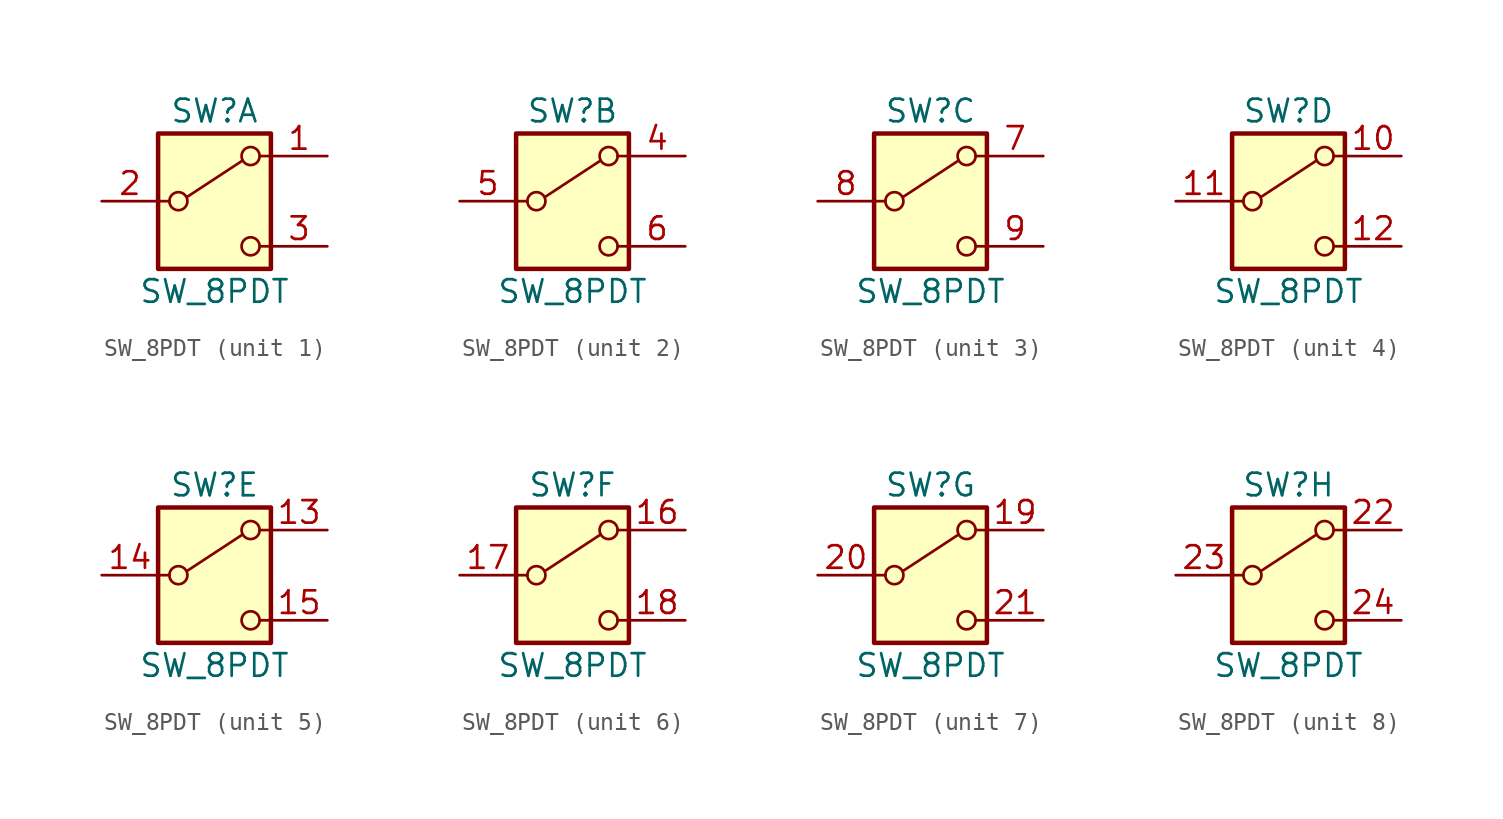
<source format=kicad_sym>
(kicad_symbol_lib
  (version 20231120)
  (generator "kicad_symbol_editor")
  (generator_version "8.0")
  (symbol "SW_8PDT"
    (pin_names
      (offset 0) hide)
    (property "Reference" "SW"
      (at 0 5.08 0)
      (effects (font (size 1.27 1.27))))
    (property "Value" "SW_8PDT"
      (at 0 -5.08 0)
      (effects (font (size 1.27 1.27))))
    (symbol "SW_8PDT_0_0"
      (circle (center -2.032 0) (radius 0.508) (stroke (width 0) (type default)) (fill (type none)))
      (circle (center 2.032 -2.54) (radius 0.508) (stroke (width 0) (type default)) (fill (type none))))
    (symbol "SW_8PDT_0_1"
      (rectangle (start -3.175 3.81) (end 3.175 -3.81) (stroke (width 0.254) (type default)) (fill (type background)))
      (polyline (pts (xy -3.175 0) (xy -2.54 0)) (stroke (width 0) (type default)) (fill (type none)))
      (polyline (pts (xy -1.524 0.254) (xy 1.575 2.286)) (stroke (width 0) (type default)) (fill (type none)))
      (polyline (pts (xy 2.54 -2.54) (xy 3.175 -2.54)) (stroke (width 0) (type default)) (fill (type none)))
      (polyline (pts (xy 2.54 2.54) (xy 3.175 2.54)) (stroke (width 0) (type default)) (fill (type none)))
      (circle (center 2.032 2.54) (radius 0.508) (stroke (width 0) (type default)) (fill (type none))))
    (symbol "SW_8PDT_1_1"
      (pin passive line (at 6.35 2.54 180) (length 3.175) (name "A" (effects (font (size 1.27 1.27)))) (number "1" (effects (font (size 1.27 1.27)))))
      (pin passive line (at -6.35 0 0) (length 3.175) (name "B" (effects (font (size 1.27 1.27)))) (number "2" (effects (font (size 1.27 1.27)))))
      (pin passive line (at 6.35 -2.54 180) (length 3.175) (name "C" (effects (font (size 1.27 1.27)))) (number "3" (effects (font (size 1.27 1.27))))))
    (symbol "SW_8PDT_2_1"
      (pin passive line (at 6.35 2.54 180) (length 3.175) (name "A" (effects (font (size 1.27 1.27)))) (number "4" (effects (font (size 1.27 1.27)))))
      (pin passive line (at -6.35 0 0) (length 3.175) (name "B" (effects (font (size 1.27 1.27)))) (number "5" (effects (font (size 1.27 1.27)))))
      (pin passive line (at 6.35 -2.54 180) (length 3.175) (name "C" (effects (font (size 1.27 1.27)))) (number "6" (effects (font (size 1.27 1.27))))))
    (symbol "SW_8PDT_3_1"
      (pin passive line (at 6.35 2.54 180) (length 3.175) (name "A" (effects (font (size 1.27 1.27)))) (number "7" (effects (font (size 1.27 1.27)))))
      (pin passive line (at -6.35 0 0) (length 3.175) (name "B" (effects (font (size 1.27 1.27)))) (number "8" (effects (font (size 1.27 1.27)))))
      (pin passive line (at 6.35 -2.54 180) (length 3.175) (name "C" (effects (font (size 1.27 1.27)))) (number "9" (effects (font (size 1.27 1.27))))))
    (symbol "SW_8PDT_4_1"
      (pin passive line (at 6.35 2.54 180) (length 3.175) (name "A" (effects (font (size 1.27 1.27)))) (number "10" (effects (font (size 1.27 1.27)))))
      (pin passive line (at -6.35 0 0) (length 3.175) (name "B" (effects (font (size 1.27 1.27)))) (number "11" (effects (font (size 1.27 1.27)))))
      (pin passive line (at 6.35 -2.54 180) (length 3.175) (name "C" (effects (font (size 1.27 1.27)))) (number "12" (effects (font (size 1.27 1.27))))))
    (symbol "SW_8PDT_5_1"
      (pin passive line (at 6.35 2.54 180) (length 3.175) (name "A" (effects (font (size 1.27 1.27)))) (number "13" (effects (font (size 1.27 1.27)))))
      (pin passive line (at -6.35 0 0) (length 3.175) (name "B" (effects (font (size 1.27 1.27)))) (number "14" (effects (font (size 1.27 1.27)))))
      (pin passive line (at 6.35 -2.54 180) (length 3.175) (name "C" (effects (font (size 1.27 1.27)))) (number "15" (effects (font (size 1.27 1.27))))))
    (symbol "SW_8PDT_6_1"
      (pin passive line (at 6.35 2.54 180) (length 3.175) (name "A" (effects (font (size 1.27 1.27)))) (number "16" (effects (font (size 1.27 1.27)))))
      (pin passive line (at -6.35 0 0) (length 3.175) (name "B" (effects (font (size 1.27 1.27)))) (number "17" (effects (font (size 1.27 1.27)))))
      (pin passive line (at 6.35 -2.54 180) (length 3.175) (name "C" (effects (font (size 1.27 1.27)))) (number "18" (effects (font (size 1.27 1.27))))))
    (symbol "SW_8PDT_7_1"
      (pin passive line (at 6.35 2.54 180) (length 3.175) (name "A" (effects (font (size 1.27 1.27)))) (number "19" (effects (font (size 1.27 1.27)))))
      (pin passive line (at -6.35 0 0) (length 3.175) (name "B" (effects (font (size 1.27 1.27)))) (number "20" (effects (font (size 1.27 1.27)))))
      (pin passive line (at 6.35 -2.54 180) (length 3.175) (name "C" (effects (font (size 1.27 1.27)))) (number "21" (effects (font (size 1.27 1.27))))))
    (symbol "SW_8PDT_8_1"
      (pin passive line (at 6.35 2.54 180) (length 3.175) (name "A" (effects (font (size 1.27 1.27)))) (number "22" (effects (font (size 1.27 1.27)))))
      (pin passive line (at -6.35 0 0) (length 3.175) (name "B" (effects (font (size 1.27 1.27)))) (number "23" (effects (font (size 1.27 1.27)))))
      (pin passive line (at 6.35 -2.54 180) (length 3.175) (name "C" (effects (font (size 1.27 1.27)))) (number "24" (effects (font (size 1.27 1.27))))))))
</source>
